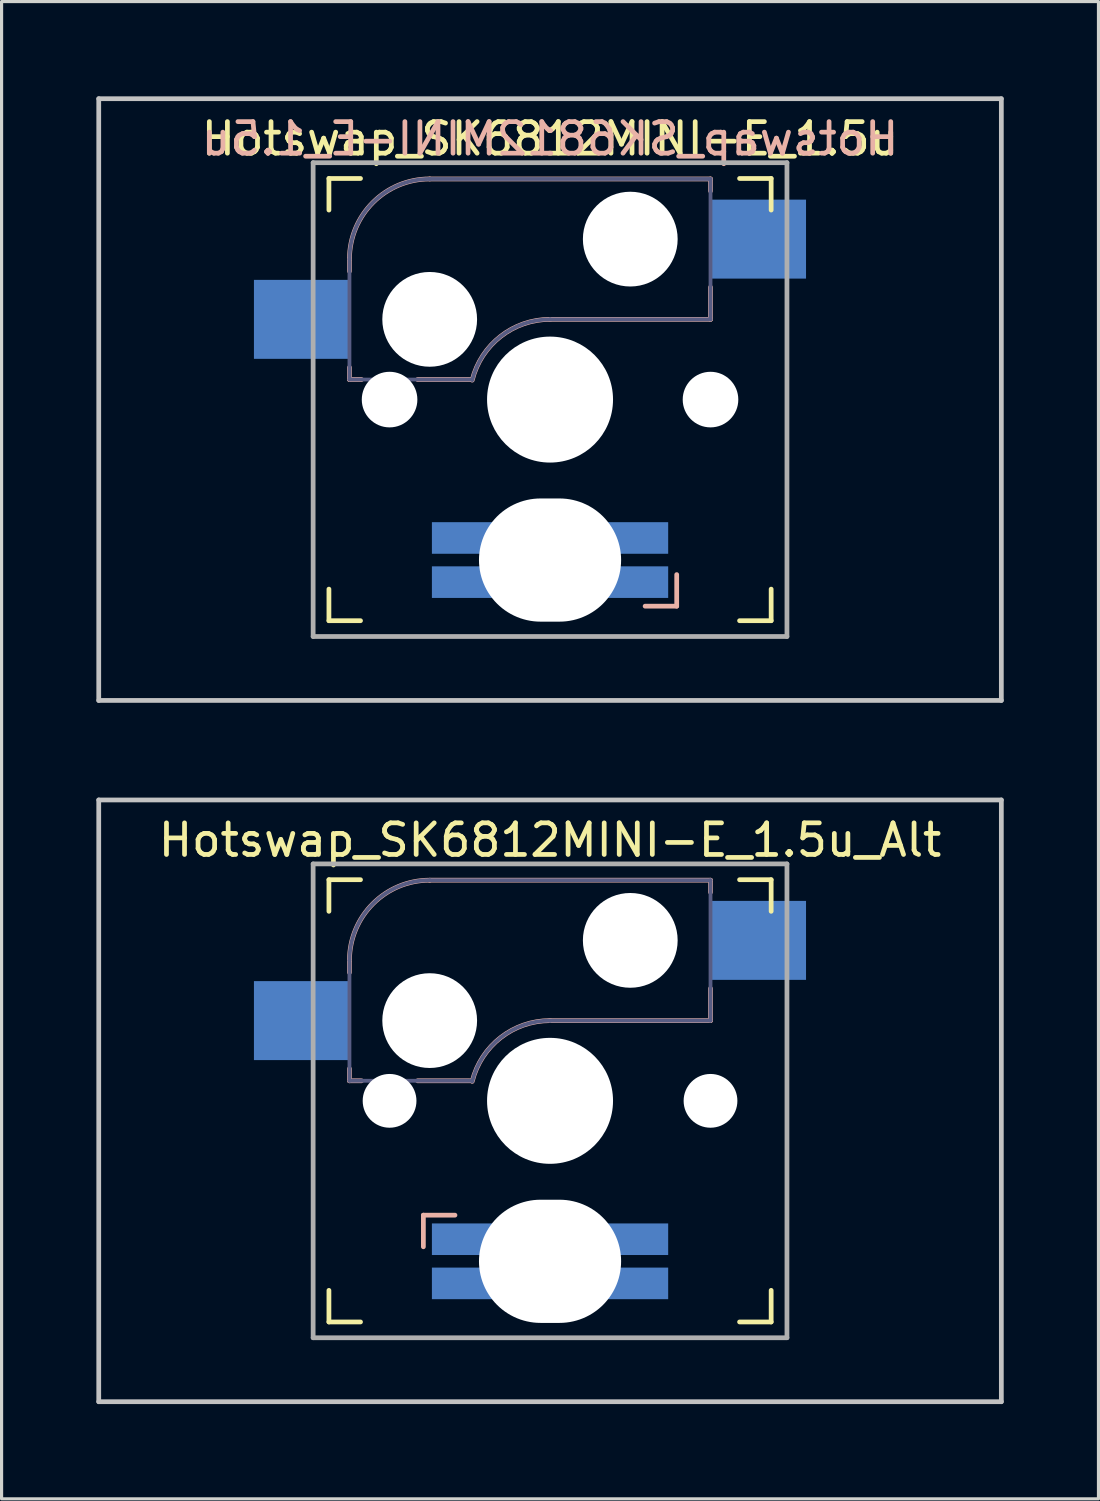
<source format=kicad_pcb>
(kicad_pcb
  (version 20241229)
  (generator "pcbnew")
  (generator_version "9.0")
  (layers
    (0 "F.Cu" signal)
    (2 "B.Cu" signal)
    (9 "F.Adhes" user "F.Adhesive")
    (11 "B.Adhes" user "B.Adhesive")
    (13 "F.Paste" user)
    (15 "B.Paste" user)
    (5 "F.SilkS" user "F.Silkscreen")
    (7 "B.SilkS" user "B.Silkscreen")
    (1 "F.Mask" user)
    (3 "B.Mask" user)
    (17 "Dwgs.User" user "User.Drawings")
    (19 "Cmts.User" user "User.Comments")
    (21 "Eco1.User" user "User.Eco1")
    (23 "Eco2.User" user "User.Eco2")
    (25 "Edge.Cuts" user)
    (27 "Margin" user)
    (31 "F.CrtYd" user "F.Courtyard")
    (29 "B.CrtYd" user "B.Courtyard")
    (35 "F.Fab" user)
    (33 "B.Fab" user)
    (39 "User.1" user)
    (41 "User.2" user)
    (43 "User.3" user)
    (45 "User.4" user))
  (footprint "Hotswap_SK6812MINI-E_1.5u"
    (layer "F.Cu")
    (at 14.363 9.6)
    (property "Reference" "Hotswap_SK6812MINI-E_1.5u" (at 0 -8.255 0) (layer "F.SilkS") (effects (font (size 1 1) (thickness 0.15))))
    (attr through_hole)
    (fp_line (start -7 -6) (end -7 -7) (stroke (width 0.15) (type solid)) (layer "F.SilkS"))
    (fp_line (start -7 7) (end -7 6) (stroke (width 0.15) (type solid)) (layer "F.SilkS"))
    (fp_line (start -7 7) (end -6 7) (stroke (width 0.15) (type solid)) (layer "F.SilkS"))
    (fp_line (start -6 -7) (end -7 -7) (stroke (width 0.15) (type solid)) (layer "F.SilkS"))
    (fp_line (start 6 7) (end 7 7) (stroke (width 0.15) (type solid)) (layer "F.SilkS"))
    (fp_line (start 7 -7) (end 6 -7) (stroke (width 0.15) (type solid)) (layer "F.SilkS"))
    (fp_line (start 7 -7) (end 7 -6) (stroke (width 0.15) (type solid)) (layer "F.SilkS"))
    (fp_line (start 7 6) (end 7 7) (stroke (width 0.15) (type solid)) (layer "F.SilkS"))
    (fp_line (start -6.35 -4.445) (end -6.35 -4.064) (stroke (width 0.15) (type solid)) (layer "B.SilkS"))
    (fp_line (start -6.35 -1.016) (end -6.35 -0.635) (stroke (width 0.15) (type solid)) (layer "B.SilkS"))
    (fp_line (start -6.35 -0.635) (end -5.969 -0.635) (stroke (width 0.15) (type solid)) (layer "B.SilkS"))
    (fp_line (start -4.191 -0.635) (end -2.54 -0.635) (stroke (width 0.15) (type solid)) (layer "B.SilkS"))
    (fp_line (start 0 -2.54) (end 5.08 -2.54) (stroke (width 0.15) (type solid)) (layer "B.SilkS"))
    (fp_line (start 3.01 6.54) (end 4.01 6.54) (stroke (width 0.15) (type solid)) (layer "B.SilkS"))
    (fp_line (start 4.01 5.54) (end 4.01 6.54) (stroke (width 0.15) (type solid)) (layer "B.SilkS"))
    (fp_line (start 5.08 -6.985) (end -3.81 -6.985) (stroke (width 0.15) (type solid)) (layer "B.SilkS"))
    (fp_line (start 5.08 -6.604) (end 5.08 -6.985) (stroke (width 0.15) (type solid)) (layer "B.SilkS"))
    (fp_line (start 5.08 -2.54) (end 5.08 -3.556) (stroke (width 0.15) (type solid)) (layer "B.SilkS"))
    (fp_arc (start -6.35 -4.445) (mid -5.606051 -6.241051) (end -3.81 -6.985) (stroke (width 0.15) (type solid)) (layer "B.SilkS"))
    (fp_arc (start -2.464162 -0.61604) (mid -1.563147 -2.002042) (end 0 -2.54) (stroke (width 0.15) (type solid)) (layer "B.SilkS"))
    (fp_line (start -14.287 -9.525) (end 14.287 -9.525) (stroke (width 0.15) (type solid)) (layer "Dwgs.User"))
    (fp_line (start -14.287 9.525) (end -14.287 -9.525) (stroke (width 0.15) (type solid)) (layer "Dwgs.User"))
    (fp_line (start -14.287 9.525) (end 14.287 9.525) (stroke (width 0.15) (type solid)) (layer "Dwgs.User"))
    (fp_line (start 14.287 -9.525) (end 14.287 9.525) (stroke (width 0.15) (type solid)) (layer "Dwgs.User"))
    (fp_line (start -6.9 6.9) (end -6.9 -6.9) (stroke (width 0.15) (type solid)) (layer "Eco2.User"))
    (fp_line (start -6.9 6.9) (end 6.9 6.9) (stroke (width 0.15) (type solid)) (layer "Eco2.User"))
    (fp_line (start 6.9 -6.9) (end -6.9 -6.9) (stroke (width 0.15) (type solid)) (layer "Eco2.User"))
    (fp_line (start 6.9 -6.9) (end 6.9 6.9) (stroke (width 0.15) (type solid)) (layer "Eco2.User"))
    (fp_line (start -6.35 -4.445) (end -6.35 -0.635) (stroke (width 0.12) (type solid)) (layer "B.Fab"))
    (fp_line (start -6.35 -0.635) (end -2.54 -0.635) (stroke (width 0.12) (type solid)) (layer "B.Fab"))
    (fp_line (start 0 -2.54) (end 5.08 -2.54) (stroke (width 0.12) (type solid)) (layer "B.Fab"))
    (fp_line (start 5.08 -6.985) (end -3.81 -6.985) (stroke (width 0.12) (type solid)) (layer "B.Fab"))
    (fp_line (start 5.08 -2.54) (end 5.08 -6.985) (stroke (width 0.12) (type solid)) (layer "B.Fab"))
    (fp_arc (start -6.35 -4.445) (mid -5.606051 -6.241051) (end -3.81 -6.985) (stroke (width 0.12) (type solid)) (layer "B.Fab"))
    (fp_arc (start -2.464162 -0.61604) (mid -1.563147 -2.002042) (end 0 -2.54) (stroke (width 0.12) (type solid)) (layer "B.Fab"))
    (fp_line (start -7.5 -7.5) (end 7.5 -7.5) (stroke (width 0.15) (type solid)) (layer "F.Fab"))
    (fp_line (start -7.5 7.5) (end -7.5 -7.5) (stroke (width 0.15) (type solid)) (layer "F.Fab"))
    (fp_line (start 7.5 -7.5) (end 7.5 7.5) (stroke (width 0.15) (type solid)) (layer "F.Fab"))
    (fp_line (start 7.5 7.5) (end -7.5 7.5) (stroke (width 0.15) (type solid)) (layer "F.Fab"))
    (fp_text user "${REFERENCE}" (at 0 -8.255 0) (layer "B.SilkS") (effects (font (size 1 1) (thickness 0.15)) (justify mirror)))
    (pad "" np_thru_hole circle (at -5.08 0 180) (size 1.76 1.76) (drill 1.76) (layers "*.Cu" "*.Mask"))
    (pad "" np_thru_hole circle (at -3.81 -2.54 180) (size 3 3) (drill 3) (layers "*.Cu" "*.Mask"))
    (pad "" np_thru_hole circle (at 0 0 180) (size 3.988 3.988) (drill 3.988) (layers "*.Cu" "*.Mask"))
    (pad "" np_thru_hole oval (at 0 5.08 180) (size 4.5 3.9) (drill oval 4.5 3.9) (layers "*.Cu" "*.Mask"))
    (pad "" np_thru_hole circle (at 2.54 -5.08 180) (size 3 3) (drill 3) (layers "*.Cu" "*.Mask"))
    (pad "" np_thru_hole circle (at 5.08 0 180) (size 1.76 1.76) (drill 1.76) (layers "*.Cu" "*.Mask"))
    (pad "1" smd rect (at -7.874 -2.54 180) (size 3 2.5) (layers "B.Cu" "B.Mask"))
    (pad "2" smd rect (at 6.604 -5.08 180) (size 3 2.5) (layers "B.Cu" "B.Mask"))
    (pad "DIN" smd rect (at 2.74 4.381 270) (size 1 2) (layers "B.Cu" "B.Mask"))
    (pad "DOUT" smd rect (at -2.74 5.779 270) (size 1 2) (layers "B.Cu" "B.Mask"))
    (pad "GND" smd rect (at 2.74 5.779 270) (size 1 2) (layers "B.Cu" "B.Mask"))
    (pad "VDD" smd rect (at -2.74 4.381 270) (size 1 2) (layers "B.Cu" "B.Mask")))
  (footprint "Hotswap_SK6812MINI-E_1.5u_Alt"
    (layer "F.Cu")
    (at 14.363 31.8)
    (property "Reference" "Hotswap_SK6812MINI-E_1.5u_Alt" (at 0 -8.255 0) (layer "F.SilkS") (effects (font (size 1 1) (thickness 0.15))))
    (attr through_hole)
    (fp_line (start -7 -6) (end -7 -7) (stroke (width 0.15) (type solid)) (layer "F.SilkS"))
    (fp_line (start -7 7) (end -7 6) (stroke (width 0.15) (type solid)) (layer "F.SilkS"))
    (fp_line (start -7 7) (end -6 7) (stroke (width 0.15) (type solid)) (layer "F.SilkS"))
    (fp_line (start -6 -7) (end -7 -7) (stroke (width 0.15) (type solid)) (layer "F.SilkS"))
    (fp_line (start 6 7) (end 7 7) (stroke (width 0.15) (type solid)) (layer "F.SilkS"))
    (fp_line (start 7 -7) (end 6 -7) (stroke (width 0.15) (type solid)) (layer "F.SilkS"))
    (fp_line (start 7 -7) (end 7 -6) (stroke (width 0.15) (type solid)) (layer "F.SilkS"))
    (fp_line (start 7 6) (end 7 7) (stroke (width 0.15) (type solid)) (layer "F.SilkS"))
    (fp_line (start -6.35 -4.445) (end -6.35 -4.064) (stroke (width 0.15) (type solid)) (layer "B.SilkS"))
    (fp_line (start -6.35 -1.016) (end -6.35 -0.635) (stroke (width 0.15) (type solid)) (layer "B.SilkS"))
    (fp_line (start -6.35 -0.635) (end -5.969 -0.635) (stroke (width 0.15) (type solid)) (layer "B.SilkS"))
    (fp_line (start -4.191 -0.635) (end -2.54 -0.635) (stroke (width 0.15) (type solid)) (layer "B.SilkS"))
    (fp_line (start -4.01 4.62) (end -4.01 3.619) (stroke (width 0.15) (type solid)) (layer "B.SilkS"))
    (fp_line (start -3.01 3.619) (end -4.01 3.619) (stroke (width 0.15) (type solid)) (layer "B.SilkS"))
    (fp_line (start 0 -2.54) (end 5.08 -2.54) (stroke (width 0.15) (type solid)) (layer "B.SilkS"))
    (fp_line (start 5.08 -6.985) (end -3.81 -6.985) (stroke (width 0.15) (type solid)) (layer "B.SilkS"))
    (fp_line (start 5.08 -6.604) (end 5.08 -6.985) (stroke (width 0.15) (type solid)) (layer "B.SilkS"))
    (fp_line (start 5.08 -2.54) (end 5.08 -3.556) (stroke (width 0.15) (type solid)) (layer "B.SilkS"))
    (fp_arc (start -6.35 -4.445) (mid -5.606051 -6.241051) (end -3.81 -6.985) (stroke (width 0.15) (type solid)) (layer "B.SilkS"))
    (fp_arc (start -2.464162 -0.61604) (mid -1.563147 -2.002042) (end 0 -2.54) (stroke (width 0.15) (type solid)) (layer "B.SilkS"))
    (fp_line (start -14.287 -9.525) (end 14.287 -9.525) (stroke (width 0.15) (type solid)) (layer "Dwgs.User"))
    (fp_line (start -14.287 9.525) (end -14.287 -9.525) (stroke (width 0.15) (type solid)) (layer "Dwgs.User"))
    (fp_line (start -14.287 9.525) (end 14.287 9.525) (stroke (width 0.15) (type solid)) (layer "Dwgs.User"))
    (fp_line (start 14.287 -9.525) (end 14.287 9.525) (stroke (width 0.15) (type solid)) (layer "Dwgs.User"))
    (fp_line (start -6.9 6.9) (end -6.9 -6.9) (stroke (width 0.15) (type solid)) (layer "Eco2.User"))
    (fp_line (start -6.9 6.9) (end 6.9 6.9) (stroke (width 0.15) (type solid)) (layer "Eco2.User"))
    (fp_line (start 6.9 -6.9) (end -6.9 -6.9) (stroke (width 0.15) (type solid)) (layer "Eco2.User"))
    (fp_line (start 6.9 -6.9) (end 6.9 6.9) (stroke (width 0.15) (type solid)) (layer "Eco2.User"))
    (fp_line (start -6.35 -4.445) (end -6.35 -0.635) (stroke (width 0.12) (type solid)) (layer "B.Fab"))
    (fp_line (start -6.35 -0.635) (end -2.54 -0.635) (stroke (width 0.12) (type solid)) (layer "B.Fab"))
    (fp_line (start 0 -2.54) (end 5.08 -2.54) (stroke (width 0.12) (type solid)) (layer "B.Fab"))
    (fp_line (start 5.08 -6.985) (end -3.81 -6.985) (stroke (width 0.12) (type solid)) (layer "B.Fab"))
    (fp_line (start 5.08 -2.54) (end 5.08 -6.985) (stroke (width 0.12) (type solid)) (layer "B.Fab"))
    (fp_arc (start -6.35 -4.445) (mid -5.606051 -6.241051) (end -3.81 -6.985) (stroke (width 0.12) (type solid)) (layer "B.Fab"))
    (fp_arc (start -2.464162 -0.61604) (mid -1.563147 -2.002042) (end 0 -2.54) (stroke (width 0.12) (type solid)) (layer "B.Fab"))
    (fp_line (start -7.5 -7.5) (end 7.5 -7.5) (stroke (width 0.15) (type solid)) (layer "F.Fab"))
    (fp_line (start -7.5 7.5) (end -7.5 -7.5) (stroke (width 0.15) (type solid)) (layer "F.Fab"))
    (fp_line (start 7.5 -7.5) (end 7.5 7.5) (stroke (width 0.15) (type solid)) (layer "F.Fab"))
    (fp_line (start 7.5 7.5) (end -7.5 7.5) (stroke (width 0.15) (type solid)) (layer "F.Fab"))
    (pad "" np_thru_hole circle (at -5.08 0 180) (size 1.702 1.702) (drill 1.702) (layers "*.Cu" "*.Mask"))
    (pad "" np_thru_hole circle (at -3.81 -2.54 180) (size 3 3) (drill 3) (layers "*.Cu" "*.Mask"))
    (pad "" np_thru_hole circle (at 0 0 180) (size 3.988 3.988) (drill 3.988) (layers "*.Cu" "*.Mask"))
    (pad "" np_thru_hole oval (at 0 5.08 180) (size 4.5 3.9) (drill oval 4.5 3.9) (layers "*.Cu" "*.Mask"))
    (pad "" np_thru_hole circle (at 2.54 -5.08 180) (size 3 3) (drill 3) (layers "*.Cu" "*.Mask"))
    (pad "" np_thru_hole circle (at 5.08 0 180) (size 1.702 1.702) (drill 1.702) (layers "*.Cu" "*.Mask"))
    (pad "1" smd rect (at -7.874 -2.54 180) (size 3 2.5) (layers "B.Cu" "B.Mask"))
    (pad "2" smd rect (at 6.604 -5.08 180) (size 3 2.5) (layers "B.Cu" "B.Mask"))
    (pad "DIN" smd rect (at -2.74 5.779 270) (size 1 2) (layers "B.Cu" "B.Mask"))
    (pad "DOUT" smd rect (at 2.74 4.381 270) (size 1 2) (layers "B.Cu" "B.Mask"))
    (pad "GND" smd rect (at -2.74 4.381 270) (size 1 2) (layers "B.Cu" "B.Mask"))
    (pad "VDD" smd rect (at 2.74 5.779 270) (size 1 2) (layers "B.Cu" "B.Mask")))
  (gr_rect
    (start -3 -3)
    (end 31.725 44.4)
    (stroke (width 0.1) (type default))
    (fill no)
    (layer "Edge.Cuts")))
</source>
